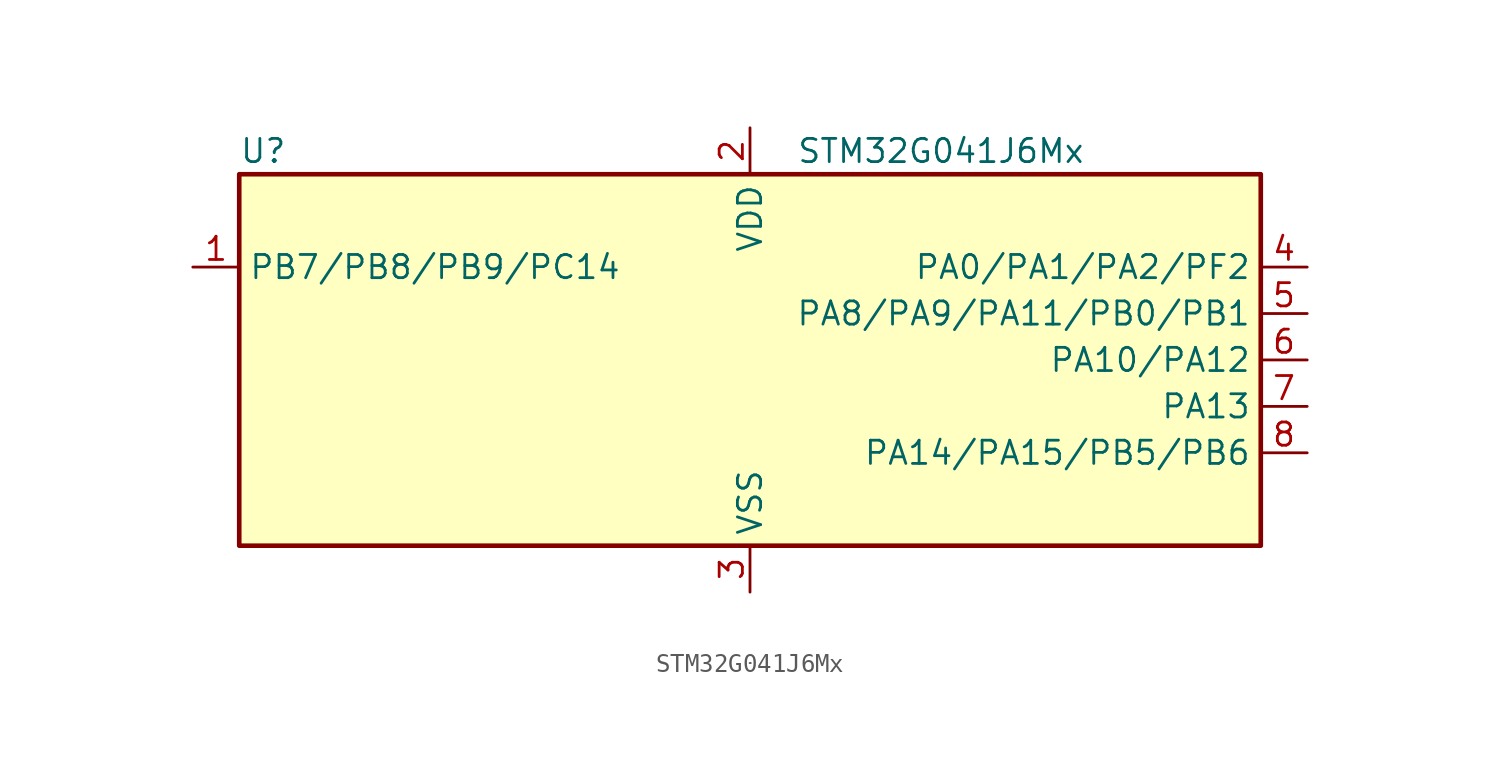
<source format=kicad_sym>
(kicad_symbol_lib
  (version 20241209)
  (generator "kicad_symbol_editor")
  (generator_version "9.0")
  (symbol "STM32G041J6Mx"
    (property "Reference" "U"
      (at -27.94 11.43 0)
      (effects (font (size 1.27 1.27)) (justify left)))
    (property "Value" "STM32G041J6Mx"
      (at 2.54 11.43 0)
      (effects (font (size 1.27 1.27)) (justify left)))
    (symbol "STM32G041J6Mx_0_1"
      (rectangle (start -27.94 -10.16) (end 27.94 10.16) (stroke (width 0.254) (type default)) (fill (type background))))
    (symbol "STM32G041J6Mx_1_1"
      (pin bidirectional line (at -30.48 5.08 0) (length 2.54) (name "PB7/PB8/PB9/PC14" (effects (font (size 1.27 1.27)))) (number "1" (effects (font (size 1.27 1.27)))) (alternate "ADC1_IN11 (PB7)" bidirectional line) (alternate "I2C1_SCL (PB8)" bidirectional line) (alternate "I2C1_SDA (PB7)" bidirectional line) (alternate "I2C1_SDA (PB9)" bidirectional line) (alternate "IR_OUT (PB9)" bidirectional line) (alternate "LPTIM1_IN2 (PB7)" bidirectional line) (alternate "PB7" bidirectional line) (alternate "PB8" bidirectional line) (alternate "PB9" bidirectional line) (alternate "PC14" bidirectional line) (alternate "RCC_OSC32_IN (PC14)" bidirectional line) (alternate "RCC_OSC_IN (PC14)" bidirectional line) (alternate "SPI2_MOSI (PB7)" bidirectional line) (alternate "SPI2_NSS (PB9)" bidirectional line) (alternate "SPI2_SCK (PB8)" bidirectional line) (alternate "SYS_PVD_IN (PB7)" bidirectional line) (alternate "TIM16_CH1 (PB8)" bidirectional line) (alternate "TIM17_CH1 (PB9)" bidirectional line) (alternate "TIM17_CH1N (PB7)" bidirectional line) (alternate "TIM1_BK2 (PC14)" bidirectional line) (alternate "USART1_RX (PB7)" bidirectional line))
      (pin power_in line (at 0 12.7 270) (length 2.54) (name "VDD" (effects (font (size 1.27 1.27)))) (number "2" (effects (font (size 1.27 1.27)))))
      (pin power_in line (at 0 -12.7 90) (length 2.54) (name "VSS" (effects (font (size 1.27 1.27)))) (number "3" (effects (font (size 1.27 1.27)))))
      (pin bidirectional line (at 30.48 5.08 180) (length 2.54) (name "PA0/PA1/PA2/PF2" (effects (font (size 1.27 1.27)))) (number "4" (effects (font (size 1.27 1.27)))) (alternate "ADC1_IN0 (PA0)" bidirectional line) (alternate "ADC1_IN1 (PA1)" bidirectional line) (alternate "ADC1_IN2 (PA2)" bidirectional line) (alternate "I2C1_SMBA (PA1)" bidirectional line) (alternate "I2S1_CK (PA1)" bidirectional line) (alternate "I2S1_SD (PA2)" bidirectional line) (alternate "LPTIM1_OUT (PA0)" bidirectional line) (alternate "LPUART1_TX (PA2)" bidirectional line) (alternate "PA0" bidirectional line) (alternate "PA1" bidirectional line) (alternate "PA2" bidirectional line) (alternate "PF2" bidirectional line) (alternate "RCC_LSCO (PA2)" bidirectional line) (alternate "RCC_MCO (PF2)" bidirectional line) (alternate "RTC_TAMP_IN2 (PA0)" bidirectional line) (alternate "SPI1_MOSI (PA2)" bidirectional line) (alternate "SPI1_SCK (PA1)" bidirectional line) (alternate "SPI2_SCK (PA0)" bidirectional line) (alternate "SYS_WKUP1 (PA0)" bidirectional line) (alternate "SYS_WKUP4 (PA2)" bidirectional line) (alternate "TIM2_CH1 (PA0)" bidirectional line) (alternate "TIM2_CH2 (PA1)" bidirectional line) (alternate "TIM2_CH3 (PA2)" bidirectional line) (alternate "TIM2_ETR (PA0)" bidirectional line) (alternate "USART2_CK (PA1)" bidirectional line) (alternate "USART2_CTS (PA0)" bidirectional line) (alternate "USART2_DE (PA1)" bidirectional line) (alternate "USART2_NSS (PA0)" bidirectional line) (alternate "USART2_RTS (PA1)" bidirectional line) (alternate "USART2_TX (PA2)" bidirectional line))
      (pin bidirectional line (at 30.48 2.54 180) (length 2.54) (name "PA8/PA9/PA11/PB0/PB1" (effects (font (size 1.27 1.27)))) (number "5" (effects (font (size 1.27 1.27)))) (alternate "ADC1_EXTI11 (PA11)" bidirectional line) (alternate "ADC1_IN15 (PA11)" bidirectional line) (alternate "ADC1_IN8 (PB0)" bidirectional line) (alternate "ADC1_IN9 (PB1)" bidirectional line) (alternate "I2C1_SCL (PA9)" bidirectional line) (alternate "I2C2_SCL (PA11)" bidirectional line) (alternate "I2S1_MCK (PA11)" bidirectional line) (alternate "I2S1_WS (PB0)" bidirectional line) (alternate "LPTIM1_OUT (PB0)" bidirectional line) (alternate "LPTIM2_IN1 (PB1)" bidirectional line) (alternate "LPTIM2_OUT (PA8)" bidirectional line) (alternate "LPUART1_DE (PB1)" bidirectional line) (alternate "LPUART1_RTS (PB1)" bidirectional line) (alternate "PA11" bidirectional line) (alternate "PA8" bidirectional line) (alternate "PA9" bidirectional line) (alternate "PB0" bidirectional line) (alternate "PB1" bidirectional line) (alternate "RCC_MCO (PA8)" bidirectional line) (alternate "RCC_MCO (PA9)" bidirectional line) (alternate "SPI1_MISO (PA11)" bidirectional line) (alternate "SPI1_NSS (PB0)" bidirectional line) (alternate "SPI2_MISO (PA9)" bidirectional line) (alternate "SPI2_NSS (PA8)" bidirectional line) (alternate "TIM14_CH1 (PB1)" bidirectional line) (alternate "TIM1_BK2 (PA11)" bidirectional line) (alternate "TIM1_CH1 (PA8)" bidirectional line) (alternate "TIM1_CH2 (PA9)" bidirectional line) (alternate "TIM1_CH2N (PB0)" bidirectional line) (alternate "TIM1_CH3N (PB1)" bidirectional line) (alternate "TIM1_CH4 (PA11)" bidirectional line) (alternate "TIM3_CH3 (PB0)" bidirectional line) (alternate "TIM3_CH4 (PB1)" bidirectional line) (alternate "USART1_CTS (PA11)" bidirectional line) (alternate "USART1_NSS (PA11)" bidirectional line) (alternate "USART1_TX (PA9)" bidirectional line))
      (pin bidirectional line (at 30.48 0 180) (length 2.54) (name "PA10/PA12" (effects (font (size 1.27 1.27)))) (number "6" (effects (font (size 1.27 1.27)))) (alternate "ADC1_IN16 (PA12)" bidirectional line) (alternate "I2C1_SDA (PA10)" bidirectional line) (alternate "I2C2_SDA (PA12)" bidirectional line) (alternate "I2S1_SD (PA12)" bidirectional line) (alternate "I2S_CKIN (PA12)" bidirectional line) (alternate "PA10" bidirectional line) (alternate "PA12" bidirectional line) (alternate "SPI1_MOSI (PA12)" bidirectional line) (alternate "SPI2_MOSI (PA10)" bidirectional line) (alternate "TIM17_BK (PA10)" bidirectional line) (alternate "TIM1_CH3 (PA10)" bidirectional line) (alternate "TIM1_ETR (PA12)" bidirectional line) (alternate "USART1_CK (PA12)" bidirectional line) (alternate "USART1_DE (PA12)" bidirectional line) (alternate "USART1_RTS (PA12)" bidirectional line) (alternate "USART1_RX (PA10)" bidirectional line))
      (pin bidirectional line (at 30.48 -2.54 180) (length 2.54) (name "PA13" (effects (font (size 1.27 1.27)))) (number "7" (effects (font (size 1.27 1.27)))) (alternate "ADC1_IN17" bidirectional line) (alternate "IR_OUT" bidirectional line) (alternate "SYS_SWDIO" bidirectional line))
      (pin bidirectional line (at 30.48 -5.08 180) (length 2.54) (name "PA14/PA15/PB5/PB6" (effects (font (size 1.27 1.27)))) (number "8" (effects (font (size 1.27 1.27)))) (alternate "ADC1_IN18 (PA14)" bidirectional line) (alternate "I2C1_SCL (PB6)" bidirectional line) (alternate "I2C1_SMBA (PB5)" bidirectional line) (alternate "I2S1_SD (PB5)" bidirectional line) (alternate "I2S1_WS (PA15)" bidirectional line) (alternate "LPTIM1_ETR (PB6)" bidirectional line) (alternate "LPTIM1_IN1 (PB5)" bidirectional line) (alternate "PA14" bidirectional line) (alternate "PA15" bidirectional line) (alternate "PB5" bidirectional line) (alternate "PB6" bidirectional line) (alternate "SPI1_MOSI (PB5)" bidirectional line) (alternate "SPI1_NSS (PA15)" bidirectional line) (alternate "SPI2_MISO (PB6)" bidirectional line) (alternate "SYS_SWCLK (PA14)" bidirectional line) (alternate "SYS_WKUP6 (PB5)" bidirectional line) (alternate "TIM16_BK (PB5)" bidirectional line) (alternate "TIM16_CH1N (PB6)" bidirectional line) (alternate "TIM1_CH3 (PB6)" bidirectional line) (alternate "TIM2_CH1 (PA15)" bidirectional line) (alternate "TIM2_ETR (PA15)" bidirectional line) (alternate "TIM3_CH2 (PB5)" bidirectional line) (alternate "USART1_TX (PB6)" bidirectional line) (alternate "USART2_RX (PA15)" bidirectional line) (alternate "USART2_TX (PA14)" bidirectional line)))))
</source>
